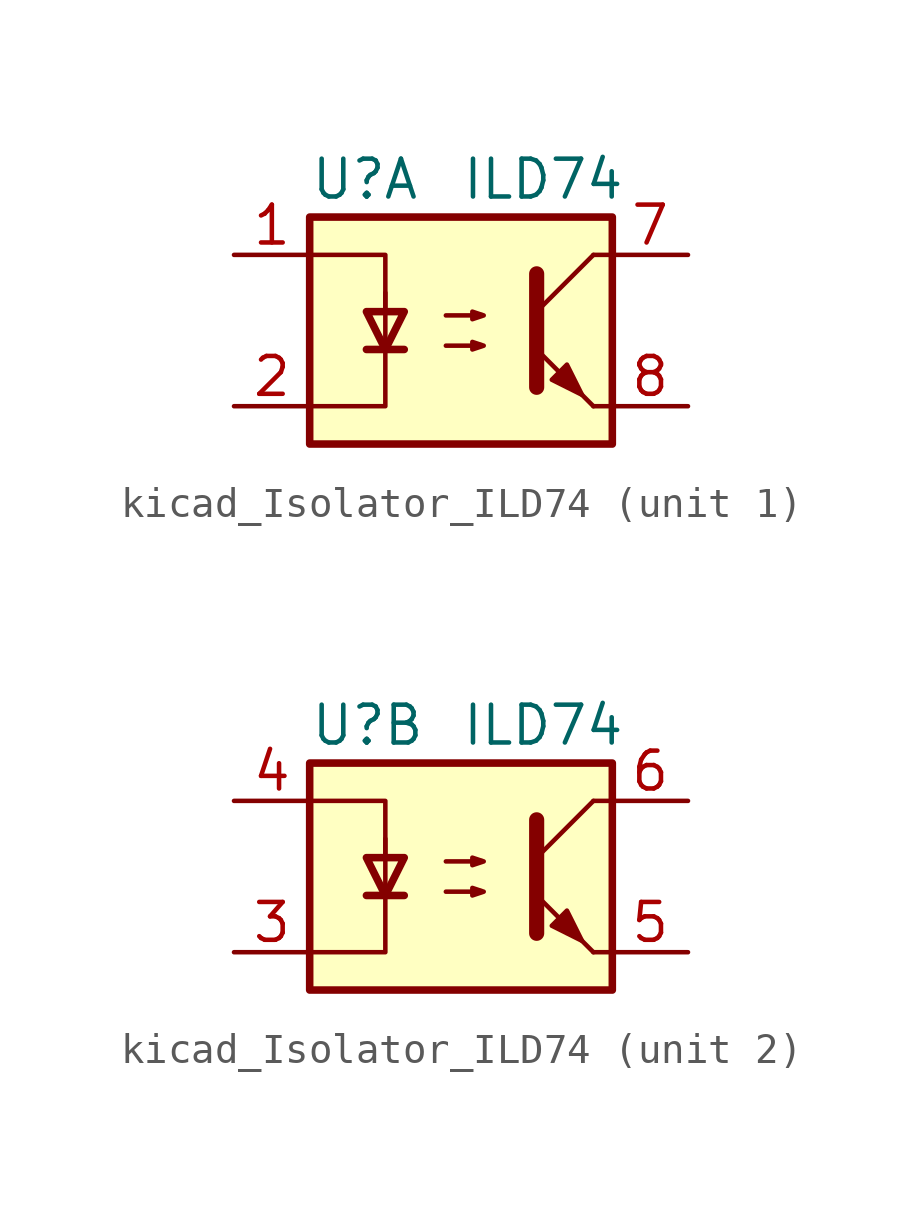
<source format=kicad_sym>
(kicad_symbol_lib
  (version 20220914)
  (generator kicad_symbol_editor)
  (symbol "kicad_Isolator_ILD74"
    (pin_names
      (offset 1.016))
    (property "Reference" "U"
      (at -5.08 5.08 0)
      (effects (font (size 1.27 1.27)) (justify left)))
    (property "Value" "ILD74"
      (at 0 5.08 0)
      (effects (font (size 1.27 1.27)) (justify left)))
    (symbol "kicad_Isolator_ILD74_0_1"
      (rectangle (start -5.08 3.81) (end 5.08 -3.81) (stroke (width 0.254) (type default)) (fill (type background)))
      (polyline (pts (xy -3.175 -0.635) (xy -1.905 -0.635)) (stroke (width 0.254) (type default)) (fill (type none)))
      (polyline (pts (xy 2.54 0.635) (xy 4.445 2.54)) (stroke (width 0) (type default)) (fill (type none)))
      (polyline (pts (xy 4.445 -2.54) (xy 2.54 -0.635)) (stroke (width 0) (type default)) (fill (type outline)))
      (polyline (pts (xy 4.445 -2.54) (xy 5.08 -2.54)) (stroke (width 0) (type default)) (fill (type none)))
      (polyline (pts (xy 4.445 2.54) (xy 5.08 2.54)) (stroke (width 0) (type default)) (fill (type none)))
      (polyline (pts (xy -5.08 2.54) (xy -2.54 2.54) (xy -2.54 0.635)) (stroke (width 0) (type default)) (fill (type none)))
      (polyline (pts (xy 2.54 1.905) (xy 2.54 -1.905) (xy 2.54 -1.905)) (stroke (width 0.508) (type default)) (fill (type none)))
      (polyline (pts (xy -2.54 -0.635) (xy -3.175 0.635) (xy -1.905 0.635) (xy -2.54 -0.635)) (stroke (width 0.254) (type default)) (fill (type none)))
      (polyline (pts (xy -2.54 -0.635) (xy -2.54 1.27) (xy -2.54 -2.54) (xy -5.08 -2.54)) (stroke (width 0) (type default)) (fill (type none)))
      (polyline (pts (xy -0.508 -0.508) (xy 0.762 -0.508) (xy 0.381 -0.635) (xy 0.381 -0.381) (xy 0.762 -0.508)) (stroke (width 0) (type default)) (fill (type none)))
      (polyline (pts (xy -0.508 0.508) (xy 0.762 0.508) (xy 0.381 0.381) (xy 0.381 0.635) (xy 0.762 0.508)) (stroke (width 0) (type default)) (fill (type none)))
      (polyline (pts (xy 3.048 -1.651) (xy 3.556 -1.143) (xy 4.064 -2.159) (xy 3.048 -1.651) (xy 3.048 -1.651)) (stroke (width 0) (type default)) (fill (type outline))))
    (symbol "kicad_Isolator_ILD74_1_1"
      (pin passive line (at -7.62 2.54 0) (length 2.54) (name "~" (effects (font (size 1.27 1.27)))) (number "1" (effects (font (size 1.27 1.27)))))
      (pin passive line (at -7.62 -2.54 0) (length 2.54) (name "~" (effects (font (size 1.27 1.27)))) (number "2" (effects (font (size 1.27 1.27)))))
      (pin passive line (at 7.62 2.54 180) (length 2.54) (name "~" (effects (font (size 1.27 1.27)))) (number "7" (effects (font (size 1.27 1.27)))))
      (pin passive line (at 7.62 -2.54 180) (length 2.54) (name "~" (effects (font (size 1.27 1.27)))) (number "8" (effects (font (size 1.27 1.27))))))
    (symbol "kicad_Isolator_ILD74_2_1"
      (pin passive line (at -7.62 -2.54 0) (length 2.54) (name "~" (effects (font (size 1.27 1.27)))) (number "3" (effects (font (size 1.27 1.27)))))
      (pin passive line (at -7.62 2.54 0) (length 2.54) (name "~" (effects (font (size 1.27 1.27)))) (number "4" (effects (font (size 1.27 1.27)))))
      (pin passive line (at 7.62 -2.54 180) (length 2.54) (name "~" (effects (font (size 1.27 1.27)))) (number "5" (effects (font (size 1.27 1.27)))))
      (pin passive line (at 7.62 2.54 180) (length 2.54) (name "~" (effects (font (size 1.27 1.27)))) (number "6" (effects (font (size 1.27 1.27))))))))
</source>
